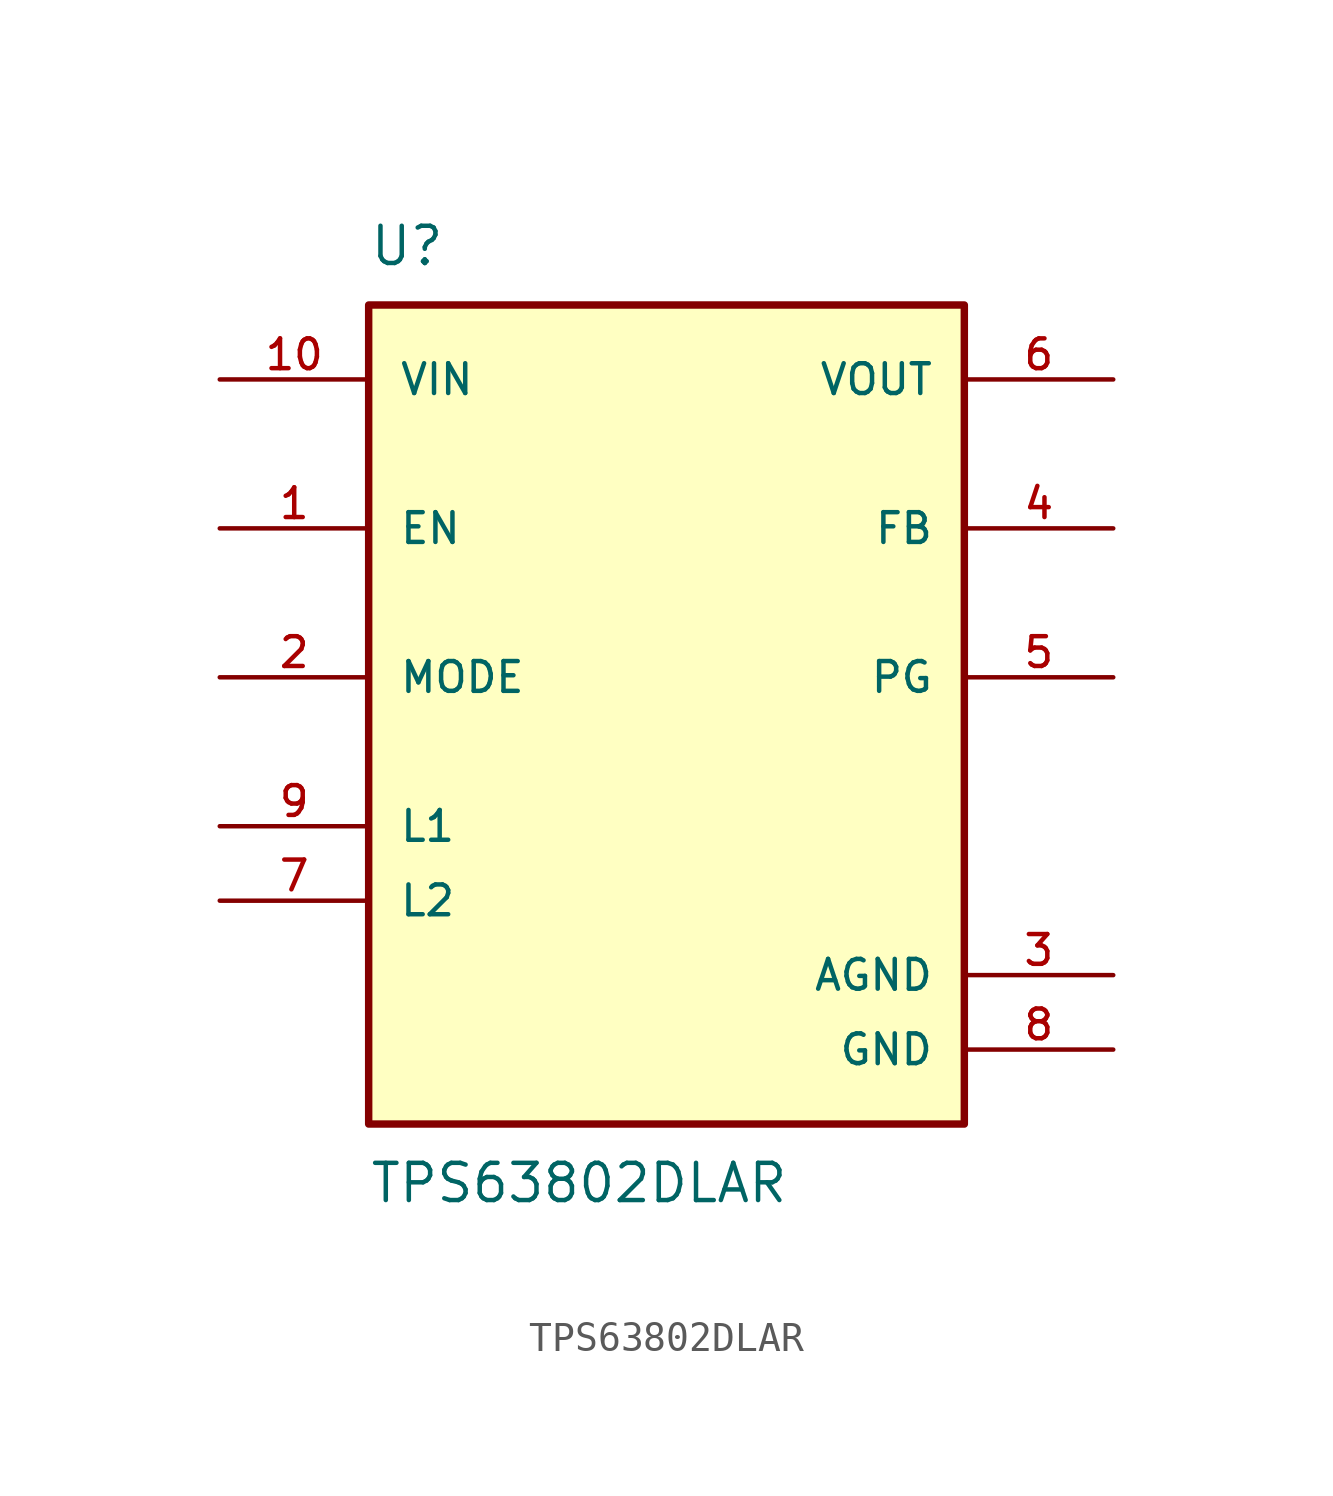
<source format=kicad_sym>
(kicad_symbol_lib
  (version 20241209)
  (generator "kicad_symbol_editor")
  (generator_version "9.0")
  (symbol "TPS63802DLAR"
    (pin_names
      (offset 1.016))
    (property "Reference" "U"
      (at -10.16 13.97 0)
      (effects (font (size 1.27 1.27)) (justify left bottom)))
    (property "Value" "TPS63802DLAR"
      (at -10.16 -16.51 0)
      (effects (font (size 1.27 1.27)) (justify left top)))
    (symbol "TPS63802DLAR_0_0"
      (rectangle (start -10.16 -15.24) (end 10.16 12.7) (stroke (width 0.254) (type default)) (fill (type background)))
      (pin input line (at -15.24 10.16 0) (length 5.08) (name "VIN" (effects (font (size 1.016 1.016)))) (number "10" (effects (font (size 1.016 1.016)))))
      (pin input line (at -15.24 5.08 0) (length 5.08) (name "EN" (effects (font (size 1.016 1.016)))) (number "1" (effects (font (size 1.016 1.016)))))
      (pin input line (at -15.24 0 0) (length 5.08) (name "MODE" (effects (font (size 1.016 1.016)))) (number "2" (effects (font (size 1.016 1.016)))))
      (pin passive line (at -15.24 -5.08 0) (length 5.08) (name "L1" (effects (font (size 1.016 1.016)))) (number "9" (effects (font (size 1.016 1.016)))))
      (pin passive line (at -15.24 -7.62 0) (length 5.08) (name "L2" (effects (font (size 1.016 1.016)))) (number "7" (effects (font (size 1.016 1.016)))))
      (pin input line (at 15.24 5.08 180) (length 5.08) (name "FB" (effects (font (size 1.016 1.016)))) (number "4" (effects (font (size 1.016 1.016)))))
      (pin output line (at 15.24 0 180) (length 5.08) (name "PG" (effects (font (size 1.016 1.016)))) (number "5" (effects (font (size 1.016 1.016)))))
      (pin power_in line (at 15.24 -10.16 180) (length 5.08) (name "AGND" (effects (font (size 1.016 1.016)))) (number "3" (effects (font (size 1.016 1.016)))))
      (pin power_in line (at 15.24 -12.7 180) (length 5.08) (name "GND" (effects (font (size 1.016 1.016)))) (number "8" (effects (font (size 1.016 1.016))))))
    (symbol "TPS63802DLAR_1_0"
      (pin power_out line (at 15.24 10.16 180) (length 5.08) (name "VOUT" (effects (font (size 1.016 1.016)))) (number "6" (effects (font (size 1.016 1.016))))))))
</source>
